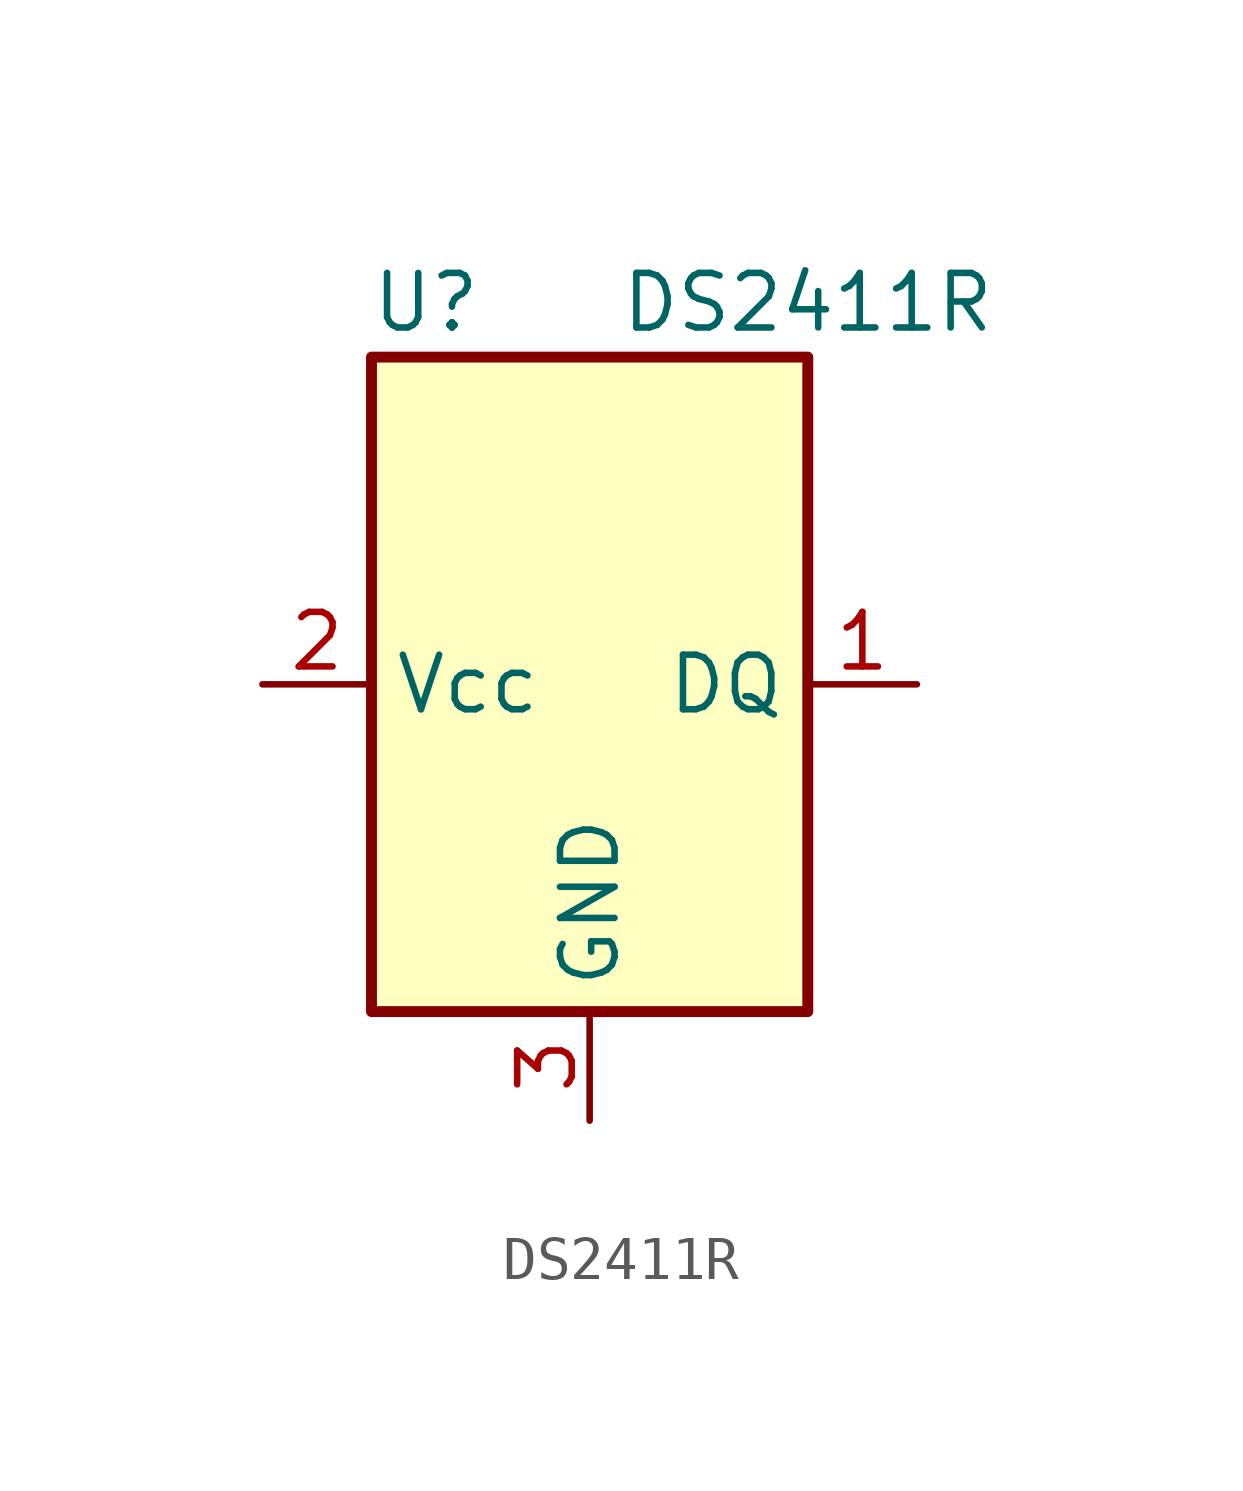
<source format=kicad_sym>
(kicad_symbol_lib
  (version 20231120)
  (generator "kicad_symbol_editor")
  (generator_version "8.0")
  (symbol "DS2411R"
    (property "Reference" "U"
      (at -3.81 8.89 0)
      (effects (font (size 1.27 1.27))))
    (property "Value" "DS2411R"
      (at 5.08 8.89 0)
      (effects (font (size 1.27 1.27))))
    (symbol "DS2411R_0_1"
      (rectangle (start -5.08 7.62) (end 5.08 -7.62) (stroke (width 0.254) (type default)) (fill (type background))))
    (symbol "DS2411R_1_1"
      (pin bidirectional line (at 7.62 0 180) (length 2.54) (name "DQ" (effects (font (size 1.27 1.27)))) (number "1" (effects (font (size 1.27 1.27)))))
      (pin input line (at -7.62 0 0) (length 2.54) (name "Vcc" (effects (font (size 1.27 1.27)))) (number "2" (effects (font (size 1.27 1.27)))))
      (pin power_in line (at 0 -10.16 90) (length 2.54) (name "GND" (effects (font (size 1.27 1.27)))) (number "3" (effects (font (size 1.27 1.27))))))))
</source>
